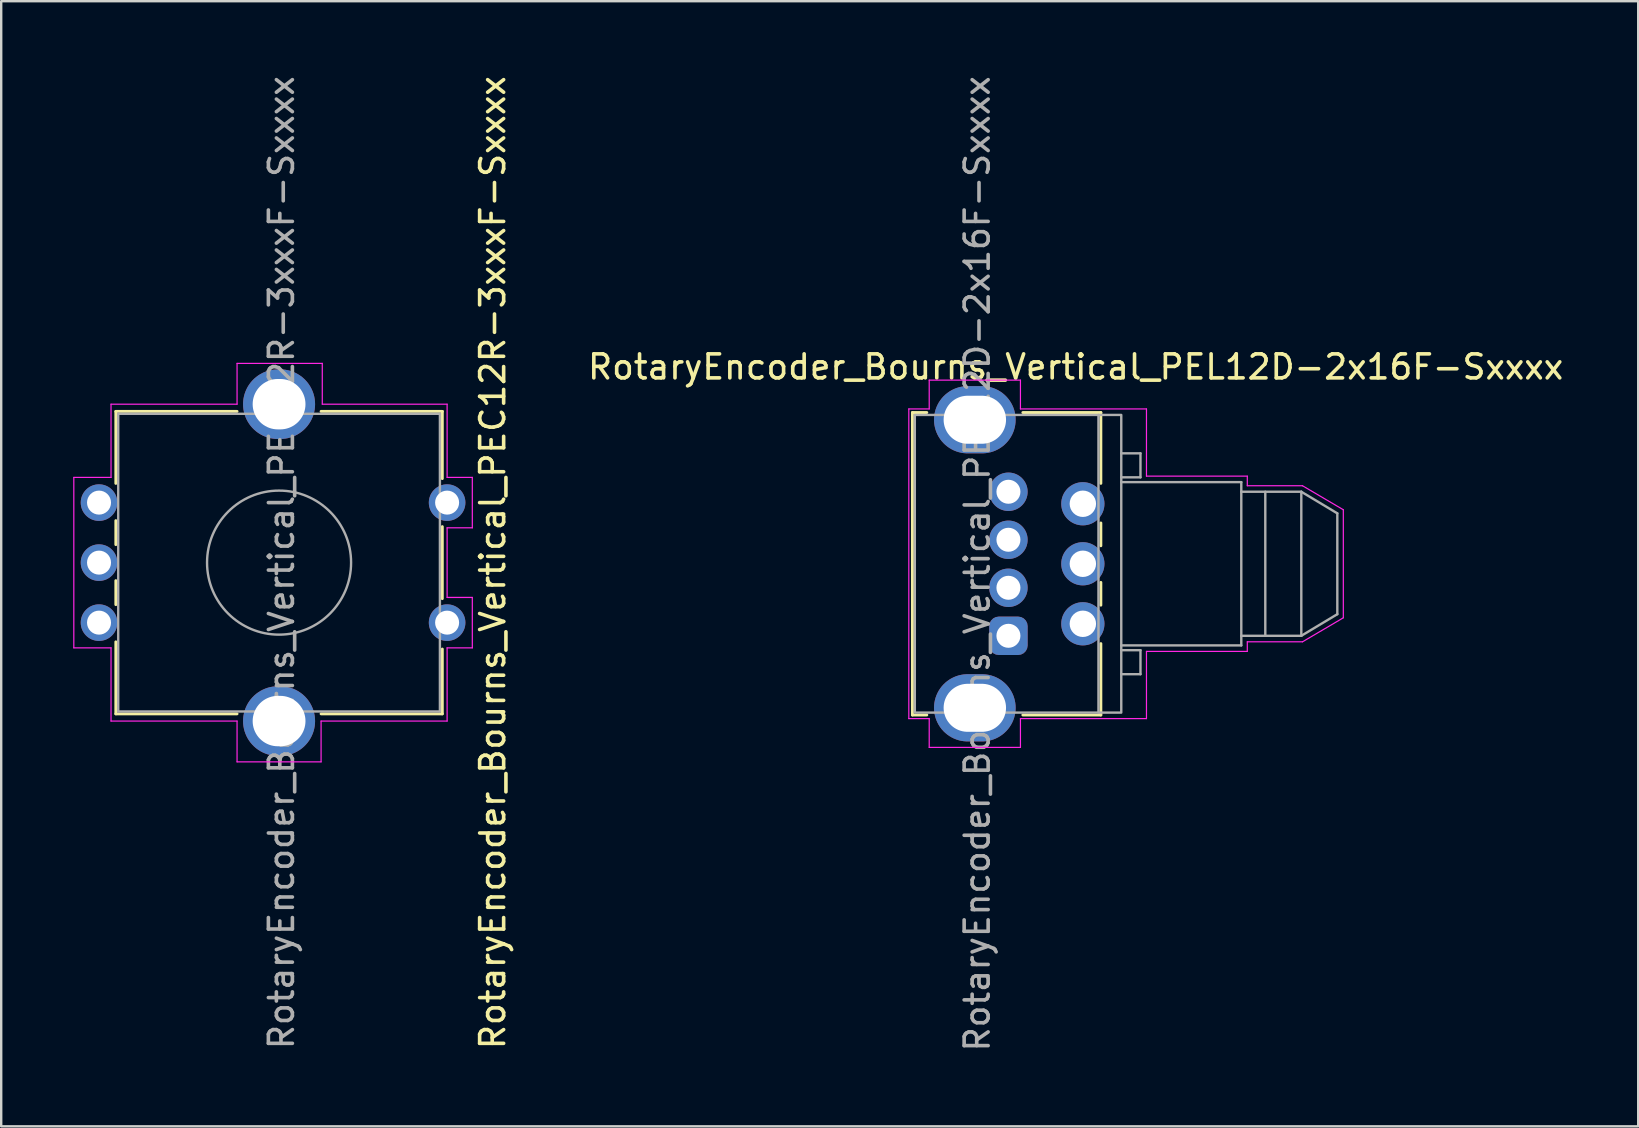
<source format=kicad_pcb>
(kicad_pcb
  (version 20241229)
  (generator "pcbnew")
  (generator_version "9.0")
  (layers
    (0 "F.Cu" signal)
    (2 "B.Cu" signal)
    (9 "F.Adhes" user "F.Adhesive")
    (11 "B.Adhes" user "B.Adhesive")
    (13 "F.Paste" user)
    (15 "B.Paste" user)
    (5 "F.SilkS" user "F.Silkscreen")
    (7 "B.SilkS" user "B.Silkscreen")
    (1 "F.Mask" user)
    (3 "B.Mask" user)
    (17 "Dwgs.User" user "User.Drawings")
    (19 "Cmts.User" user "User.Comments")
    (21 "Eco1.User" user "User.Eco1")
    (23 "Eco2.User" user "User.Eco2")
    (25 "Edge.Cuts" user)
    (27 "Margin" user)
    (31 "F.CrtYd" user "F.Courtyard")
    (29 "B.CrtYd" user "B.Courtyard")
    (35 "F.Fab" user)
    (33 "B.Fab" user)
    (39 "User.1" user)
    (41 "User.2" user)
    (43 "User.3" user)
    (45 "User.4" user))
  (footprint "RotaryEncoder_Bourns_Vertical_PEC12R-3xxxF-Sxxxx"
    (layer "F.Cu")
    (at 1.075 17.887)
    (property "Reference" "RotaryEncoder_Bourns_Vertical_PEC12R-3xxxF-Sxxxx" (at 16.4 2.5 90) (layer "F.SilkS") (effects (font (size 1 1) (thickness 0.15))))
    (attr through_hole)
    (fp_line (start 0.7 -3.8) (end 5.75 -3.8) (stroke (width 0.12) (type solid)) (layer "F.SilkS"))
    (fp_line (start 0.7 -0.8) (end 0.7 -3.8) (stroke (width 0.12) (type solid)) (layer "F.SilkS"))
    (fp_line (start 0.7 0.75) (end 0.7 1.75) (stroke (width 0.12) (type solid)) (layer "F.SilkS"))
    (fp_line (start 0.7 3.25) (end 0.7 4.25) (stroke (width 0.12) (type solid)) (layer "F.SilkS"))
    (fp_line (start 0.7 5.8) (end 0.7 8.8) (stroke (width 0.12) (type solid)) (layer "F.SilkS"))
    (fp_line (start 5.75 8.8) (end 0.7 8.8) (stroke (width 0.12) (type solid)) (layer "F.SilkS"))
    (fp_line (start 9.25 -3.8) (end 14.3 -3.8) (stroke (width 0.12) (type solid)) (layer "F.SilkS"))
    (fp_line (start 14.3 -3.8) (end 14.3 -1) (stroke (width 0.12) (type solid)) (layer "F.SilkS"))
    (fp_line (start 14.3 1) (end 14.3 4) (stroke (width 0.12) (type solid)) (layer "F.SilkS"))
    (fp_line (start 14.3 6.1) (end 14.3 8.8) (stroke (width 0.12) (type solid)) (layer "F.SilkS"))
    (fp_line (start 14.3 8.8) (end 9.25 8.8) (stroke (width 0.12) (type solid)) (layer "F.SilkS"))
    (fp_line (start -1.05 -1.05) (end 0.5 -1.05) (stroke (width 0.05) (type solid)) (layer "F.CrtYd"))
    (fp_line (start -1.05 6.05) (end -1.05 -1.05) (stroke (width 0.05) (type solid)) (layer "F.CrtYd"))
    (fp_line (start 0.5 -4.1) (end 5.75 -4.1) (stroke (width 0.05) (type solid)) (layer "F.CrtYd"))
    (fp_line (start 0.5 -1.05) (end 0.5 -4.1) (stroke (width 0.05) (type solid)) (layer "F.CrtYd"))
    (fp_line (start 0.5 6.05) (end -1.05 6.05) (stroke (width 0.05) (type solid)) (layer "F.CrtYd"))
    (fp_line (start 0.5 9.1) (end 0.5 6.05) (stroke (width 0.05) (type solid)) (layer "F.CrtYd"))
    (fp_line (start 5.75 -5.8) (end 9.3 -5.8) (stroke (width 0.05) (type solid)) (layer "F.CrtYd"))
    (fp_line (start 5.75 -4.1) (end 5.75 -5.8) (stroke (width 0.05) (type solid)) (layer "F.CrtYd"))
    (fp_line (start 5.75 9.1) (end 0.5 9.1) (stroke (width 0.05) (type solid)) (layer "F.CrtYd"))
    (fp_line (start 5.75 10.8) (end 5.75 9.1) (stroke (width 0.05) (type solid)) (layer "F.CrtYd"))
    (fp_line (start 9.25 9.1) (end 9.25 10.8) (stroke (width 0.05) (type solid)) (layer "F.CrtYd"))
    (fp_line (start 9.25 10.8) (end 5.75 10.8) (stroke (width 0.05) (type solid)) (layer "F.CrtYd"))
    (fp_line (start 9.3 -5.8) (end 9.3 -4.1) (stroke (width 0.05) (type solid)) (layer "F.CrtYd"))
    (fp_line (start 9.3 -4.1) (end 14.5 -4.1) (stroke (width 0.05) (type solid)) (layer "F.CrtYd"))
    (fp_line (start 14.5 -4.1) (end 14.5 -1.05) (stroke (width 0.05) (type solid)) (layer "F.CrtYd"))
    (fp_line (start 14.5 -1.05) (end 15.55 -1.05) (stroke (width 0.05) (type solid)) (layer "F.CrtYd"))
    (fp_line (start 14.5 1.05) (end 14.5 3.95) (stroke (width 0.05) (type solid)) (layer "F.CrtYd"))
    (fp_line (start 14.5 3.95) (end 15.55 3.95) (stroke (width 0.05) (type solid)) (layer "F.CrtYd"))
    (fp_line (start 14.5 6.05) (end 14.5 9.1) (stroke (width 0.05) (type solid)) (layer "F.CrtYd"))
    (fp_line (start 14.5 9.1) (end 9.25 9.1) (stroke (width 0.05) (type solid)) (layer "F.CrtYd"))
    (fp_line (start 15.55 -1.05) (end 15.55 1.05) (stroke (width 0.05) (type solid)) (layer "F.CrtYd"))
    (fp_line (start 15.55 1.05) (end 14.5 1.05) (stroke (width 0.05) (type solid)) (layer "F.CrtYd"))
    (fp_line (start 15.55 3.95) (end 15.55 6.05) (stroke (width 0.05) (type solid)) (layer "F.CrtYd"))
    (fp_line (start 15.55 6.05) (end 14.5 6.05) (stroke (width 0.05) (type solid)) (layer "F.CrtYd"))
    (fp_line (start 0.8 -3.7) (end 0.8 8.7) (stroke (width 0.1) (type solid)) (layer "F.Fab"))
    (fp_line (start 0.8 8.7) (end 14.2 8.7) (stroke (width 0.1) (type solid)) (layer "F.Fab"))
    (fp_line (start 14.2 -3.7) (end 0.8 -3.7) (stroke (width 0.1) (type solid)) (layer "F.Fab"))
    (fp_line (start 14.2 8.7) (end 14.2 -3.7) (stroke (width 0.1) (type solid)) (layer "F.Fab"))
    (fp_circle (center 7.5 2.5) (end 10.5 2.5) (stroke (width 0.1) (type solid)) (fill no) (layer "F.Fab"))
    (fp_text user "${REFERENCE}" (at 7.6 2.5 90) (layer "F.Fab") (effects (font (size 1 1) (thickness 0.15))))
    (pad "A" thru_hole circle (at 0 0 270) (size 1.524 1.524) (drill 1) (layers "*.Cu" "*.Mask"))
    (pad "B" thru_hole circle (at 0 5 270) (size 1.524 1.524) (drill 1) (layers "*.Cu" "*.Mask"))
    (pad "C" thru_hole circle (at 0 2.5 270) (size 1.524 1.524) (drill 1) (layers "*.Cu" "*.Mask"))
    (pad "S1" thru_hole circle (at 14.5 0 270) (size 1.524 1.524) (drill 1) (layers "*.Cu" "*.Mask"))
    (pad "S2" thru_hole circle (at 14.5 5 270) (size 1.524 1.524) (drill 1) (layers "*.Cu" "*.Mask"))
    (pad "SH" thru_hole oval (at 7.5 -4.1 270) (size 2.9 3) (drill oval 2.1 2.2) (layers "*.Cu" "*.Mask"))
    (pad "SH" thru_hole oval (at 7.5 9.1 270) (size 2.9 3) (drill oval 2.1 2.2) (layers "*.Cu" "*.Mask")))
  (footprint "RotaryEncoder_Bourns_Vertical_PEL12D-2x16F-Sxxxx"
    (layer "F.Cu")
    (at 38.958 23.435)
    (property "Reference" "RotaryEncoder_Bourns_Vertical_PEL12D-2x16F-Sxxxx" (at 2.8 -11.2 0) (layer "F.SilkS") (effects (font (size 1 1) (thickness 0.15))))
    (attr through_hole)
    (fp_line (start -4 -9.3) (end -4 3.3) (stroke (width 0.12) (type default)) (layer "F.SilkS"))
    (fp_line (start -4 3.3) (end -3.4 3.3) (stroke (width 0.12) (type default)) (layer "F.SilkS"))
    (fp_line (start -3.4 -9.3) (end -4 -9.3) (stroke (width 0.12) (type default)) (layer "F.SilkS"))
    (fp_line (start 0.6 3.3) (end 3.85 3.3) (stroke (width 0.12) (type default)) (layer "F.SilkS"))
    (fp_line (start 3.85 -9.3) (end 0.6 -9.3) (stroke (width 0.12) (type default)) (layer "F.SilkS"))
    (fp_line (start 3.85 -6.35) (end 3.85 -9.3) (stroke (width 0.12) (type default)) (layer "F.SilkS"))
    (fp_line (start 3.85 -4.7) (end 3.85 -3.75) (stroke (width 0.12) (type default)) (layer "F.SilkS"))
    (fp_line (start 3.85 -2.225) (end 3.85 -1.275) (stroke (width 0.12) (type default)) (layer "F.SilkS"))
    (fp_line (start 3.85 3.3) (end 3.85 0.325) (stroke (width 0.12) (type default)) (layer "F.SilkS"))
    (fp_line (start -4.15 -9.45) (end -4.15 3.45) (stroke (width 0.05) (type default)) (layer "F.CrtYd"))
    (fp_line (start -4.15 3.45) (end -3.3 3.45) (stroke (width 0.05) (type default)) (layer "F.CrtYd"))
    (fp_line (start -3.3 -10.65) (end -3.3 -9.45) (stroke (width 0.05) (type default)) (layer "F.CrtYd"))
    (fp_line (start -3.3 -9.45) (end -4.15 -9.45) (stroke (width 0.05) (type default)) (layer "F.CrtYd"))
    (fp_line (start -3.3 3.45) (end -3.3 4.65) (stroke (width 0.05) (type default)) (layer "F.CrtYd"))
    (fp_line (start -3.3 4.65) (end 0.5 4.65) (stroke (width 0.05) (type default)) (layer "F.CrtYd"))
    (fp_line (start 0.5 -10.65) (end -3.3 -10.65) (stroke (width 0.05) (type default)) (layer "F.CrtYd"))
    (fp_line (start 0.5 -9.45) (end 0.5 -10.65) (stroke (width 0.05) (type default)) (layer "F.CrtYd"))
    (fp_line (start 0.5 3.45) (end 5.75 3.45) (stroke (width 0.05) (type default)) (layer "F.CrtYd"))
    (fp_line (start 0.5 4.65) (end 0.5 3.45) (stroke (width 0.05) (type default)) (layer "F.CrtYd"))
    (fp_line (start 5.75 -9.45) (end 0.5 -9.45) (stroke (width 0.05) (type default)) (layer "F.CrtYd"))
    (fp_line (start 5.75 -6.65) (end 5.75 -9.45) (stroke (width 0.05) (type default)) (layer "F.CrtYd"))
    (fp_line (start 5.75 0.65) (end 5.75 3.45) (stroke (width 0.05) (type default)) (layer "F.CrtYd"))
    (fp_line (start 9.95 -6.65) (end 5.75 -6.65) (stroke (width 0.05) (type default)) (layer "F.CrtYd"))
    (fp_line (start 9.95 -6.25) (end 9.95 -6.65) (stroke (width 0.05) (type default)) (layer "F.CrtYd"))
    (fp_line (start 9.95 0.25) (end 12.25 0.25) (stroke (width 0.05) (type default)) (layer "F.CrtYd"))
    (fp_line (start 9.95 0.65) (end 5.75 0.65) (stroke (width 0.05) (type default)) (layer "F.CrtYd"))
    (fp_line (start 9.95 0.65) (end 9.95 0.25) (stroke (width 0.05) (type default)) (layer "F.CrtYd"))
    (fp_line (start 12.25 -6.25) (end 9.95 -6.25) (stroke (width 0.05) (type default)) (layer "F.CrtYd"))
    (fp_line (start 12.25 -6.25) (end 13.95 -5.25) (stroke (width 0.05) (type default)) (layer "F.CrtYd"))
    (fp_line (start 12.25 0.25) (end 13.95 -0.75) (stroke (width 0.05) (type default)) (layer "F.CrtYd"))
    (fp_line (start 13.95 -0.75) (end 13.95 -5.25) (stroke (width 0.05) (type default)) (layer "F.CrtYd"))
    (fp_line (start 3.75 -9.2) (end 3.75 3.2) (stroke (width 0.1) (type default)) (layer "F.Fab"))
    (fp_line (start 4.7 -7.6) (end 5.5 -7.6) (stroke (width 0.1) (type default)) (layer "F.Fab"))
    (fp_line (start 4.7 -6.4) (end 9.7 -6.4) (stroke (width 0.1) (type default)) (layer "F.Fab"))
    (fp_line (start 4.7 1.6) (end 5.5 1.6) (stroke (width 0.1) (type default)) (layer "F.Fab"))
    (fp_line (start 5.5 -7.6) (end 5.5 -6.6) (stroke (width 0.1) (type default)) (layer "F.Fab"))
    (fp_line (start 5.5 -6.6) (end 4.7 -6.6) (stroke (width 0.1) (type default)) (layer "F.Fab"))
    (fp_line (start 5.5 0.6) (end 4.7 0.6) (stroke (width 0.1) (type default)) (layer "F.Fab"))
    (fp_line (start 5.5 1.6) (end 5.5 0.6) (stroke (width 0.1) (type default)) (layer "F.Fab"))
    (fp_line (start 9.7 -6.4) (end 9.7 0.4) (stroke (width 0.1) (type default)) (layer "F.Fab"))
    (fp_line (start 9.7 -6) (end 12.2 -6) (stroke (width 0.1) (type default)) (layer "F.Fab"))
    (fp_line (start 9.7 0.4) (end 4.7 0.4) (stroke (width 0.1) (type default)) (layer "F.Fab"))
    (fp_line (start 10.7 -6) (end 10.7 0) (stroke (width 0.1) (type default)) (layer "F.Fab"))
    (fp_line (start 12.2 -6) (end 12.2 0) (stroke (width 0.1) (type default)) (layer "F.Fab"))
    (fp_line (start 12.2 -6) (end 13.7 -5.1) (stroke (width 0.1) (type default)) (layer "F.Fab"))
    (fp_line (start 12.2 0) (end 9.7 0) (stroke (width 0.1) (type default)) (layer "F.Fab"))
    (fp_line (start 12.2 0) (end 13.7 -0.9) (stroke (width 0.1) (type default)) (layer "F.Fab"))
    (fp_line (start 13.7 -0.9) (end 13.7 -5.1) (stroke (width 0.1) (type default)) (layer "F.Fab"))
    (fp_rect (start -3.9 -9.2) (end 4.7 3.2) (stroke (width 0.1) (type default)) (fill no) (layer "F.Fab"))
    (fp_text user "${REFERENCE}" (at -1.3 -3 90) (layer "F.Fab") (effects (font (size 1 1) (thickness 0.15))))
    (pad "1" thru_hole roundrect (at 0 0) (size 1.6 1.6) (drill 1) (layers "*.Cu" "*.Mask") (roundrect_rratio 0.25))
    (pad "2" thru_hole circle (at 0 -2) (size 1.6 1.6) (drill 1) (layers "*.Cu" "*.Mask"))
    (pad "3" thru_hole circle (at 0 -4) (size 1.6 1.6) (drill 1) (layers "*.Cu" "*.Mask"))
    (pad "4" thru_hole circle (at 0 -6) (size 1.6 1.6) (drill 1) (layers "*.Cu" "*.Mask"))
    (pad "A" thru_hole circle (at 3.1 -0.5) (size 1.8 1.8) (drill 1.1) (layers "*.Cu" "*.Mask"))
    (pad "B" thru_hole circle (at 3.1 -3) (size 1.8 1.8) (drill 1.1) (layers "*.Cu" "*.Mask"))
    (pad "C" thru_hole circle (at 3.1 -5.5) (size 1.8 1.8) (drill 1.1) (layers "*.Cu" "*.Mask"))
    (pad "SH" thru_hole oval (at -1.4 -9) (size 3.4 2.8) (drill oval 2.6 2) (layers "*.Cu" "*.Mask"))
    (pad "SH" thru_hole oval (at -1.4 3) (size 3.4 2.8) (drill oval 2.6 2) (layers "*.Cu" "*.Mask"))
    (zone (net_name "") (layer "F.Cu") (hatch edge 0.5) (connect_pads) (min_thickness 0.25) (filled_areas_thickness no) (keepout (tracks not_allowed) (vias not_allowed) (pads not_allowed) (copperpour allowed) (footprints allowed)) (placement (enabled no)) (fill) (polygon (pts (xy 35.758 14.035) (xy 34.858 14.035) (xy 34.858 14.535) (xy 35.758 14.535))))
    (zone (net_name "") (layer "F.Cu") (hatch edge 0.5) (connect_pads) (min_thickness 0.25) (filled_areas_thickness no) (keepout (tracks not_allowed) (vias not_allowed) (pads not_allowed) (copperpour allowed) (footprints allowed)) (placement (enabled no)) (fill) (polygon (pts (xy 35.758 26.335) (xy 34.858 26.335) (xy 34.858 26.835) (xy 35.758 26.835))))
    (zone (net_name "") (layers "F.Cu" "F.Fab") (hatch edge 0.5) (connect_pads) (min_thickness 0.25) (filled_areas_thickness no) (keepout (tracks not_allowed) (vias not_allowed) (pads not_allowed) (copperpour allowed) (footprints allowed)) (placement (enabled no)) (fill) (polygon (pts (xy 42.958 13.985) (xy 41.658 13.985) (xy 41.658 14.535) (xy 42.958 14.535))))
    (zone (net_name "") (layers "F.Cu" "F.Fab") (hatch edge 0.5) (connect_pads) (min_thickness 0.25) (filled_areas_thickness no) (keepout (tracks not_allowed) (vias not_allowed) (pads not_allowed) (copperpour allowed) (footprints allowed)) (placement (enabled no)) (fill) (polygon (pts (xy 42.958 26.335) (xy 41.658 26.335) (xy 41.658 26.885) (xy 42.958 26.885)))))
  (gr_rect
    (start -3 -3)
    (end 65.192 43.869)
    (stroke (width 0.1) (type default))
    (fill no)
    (layer "Edge.Cuts")))
</source>
